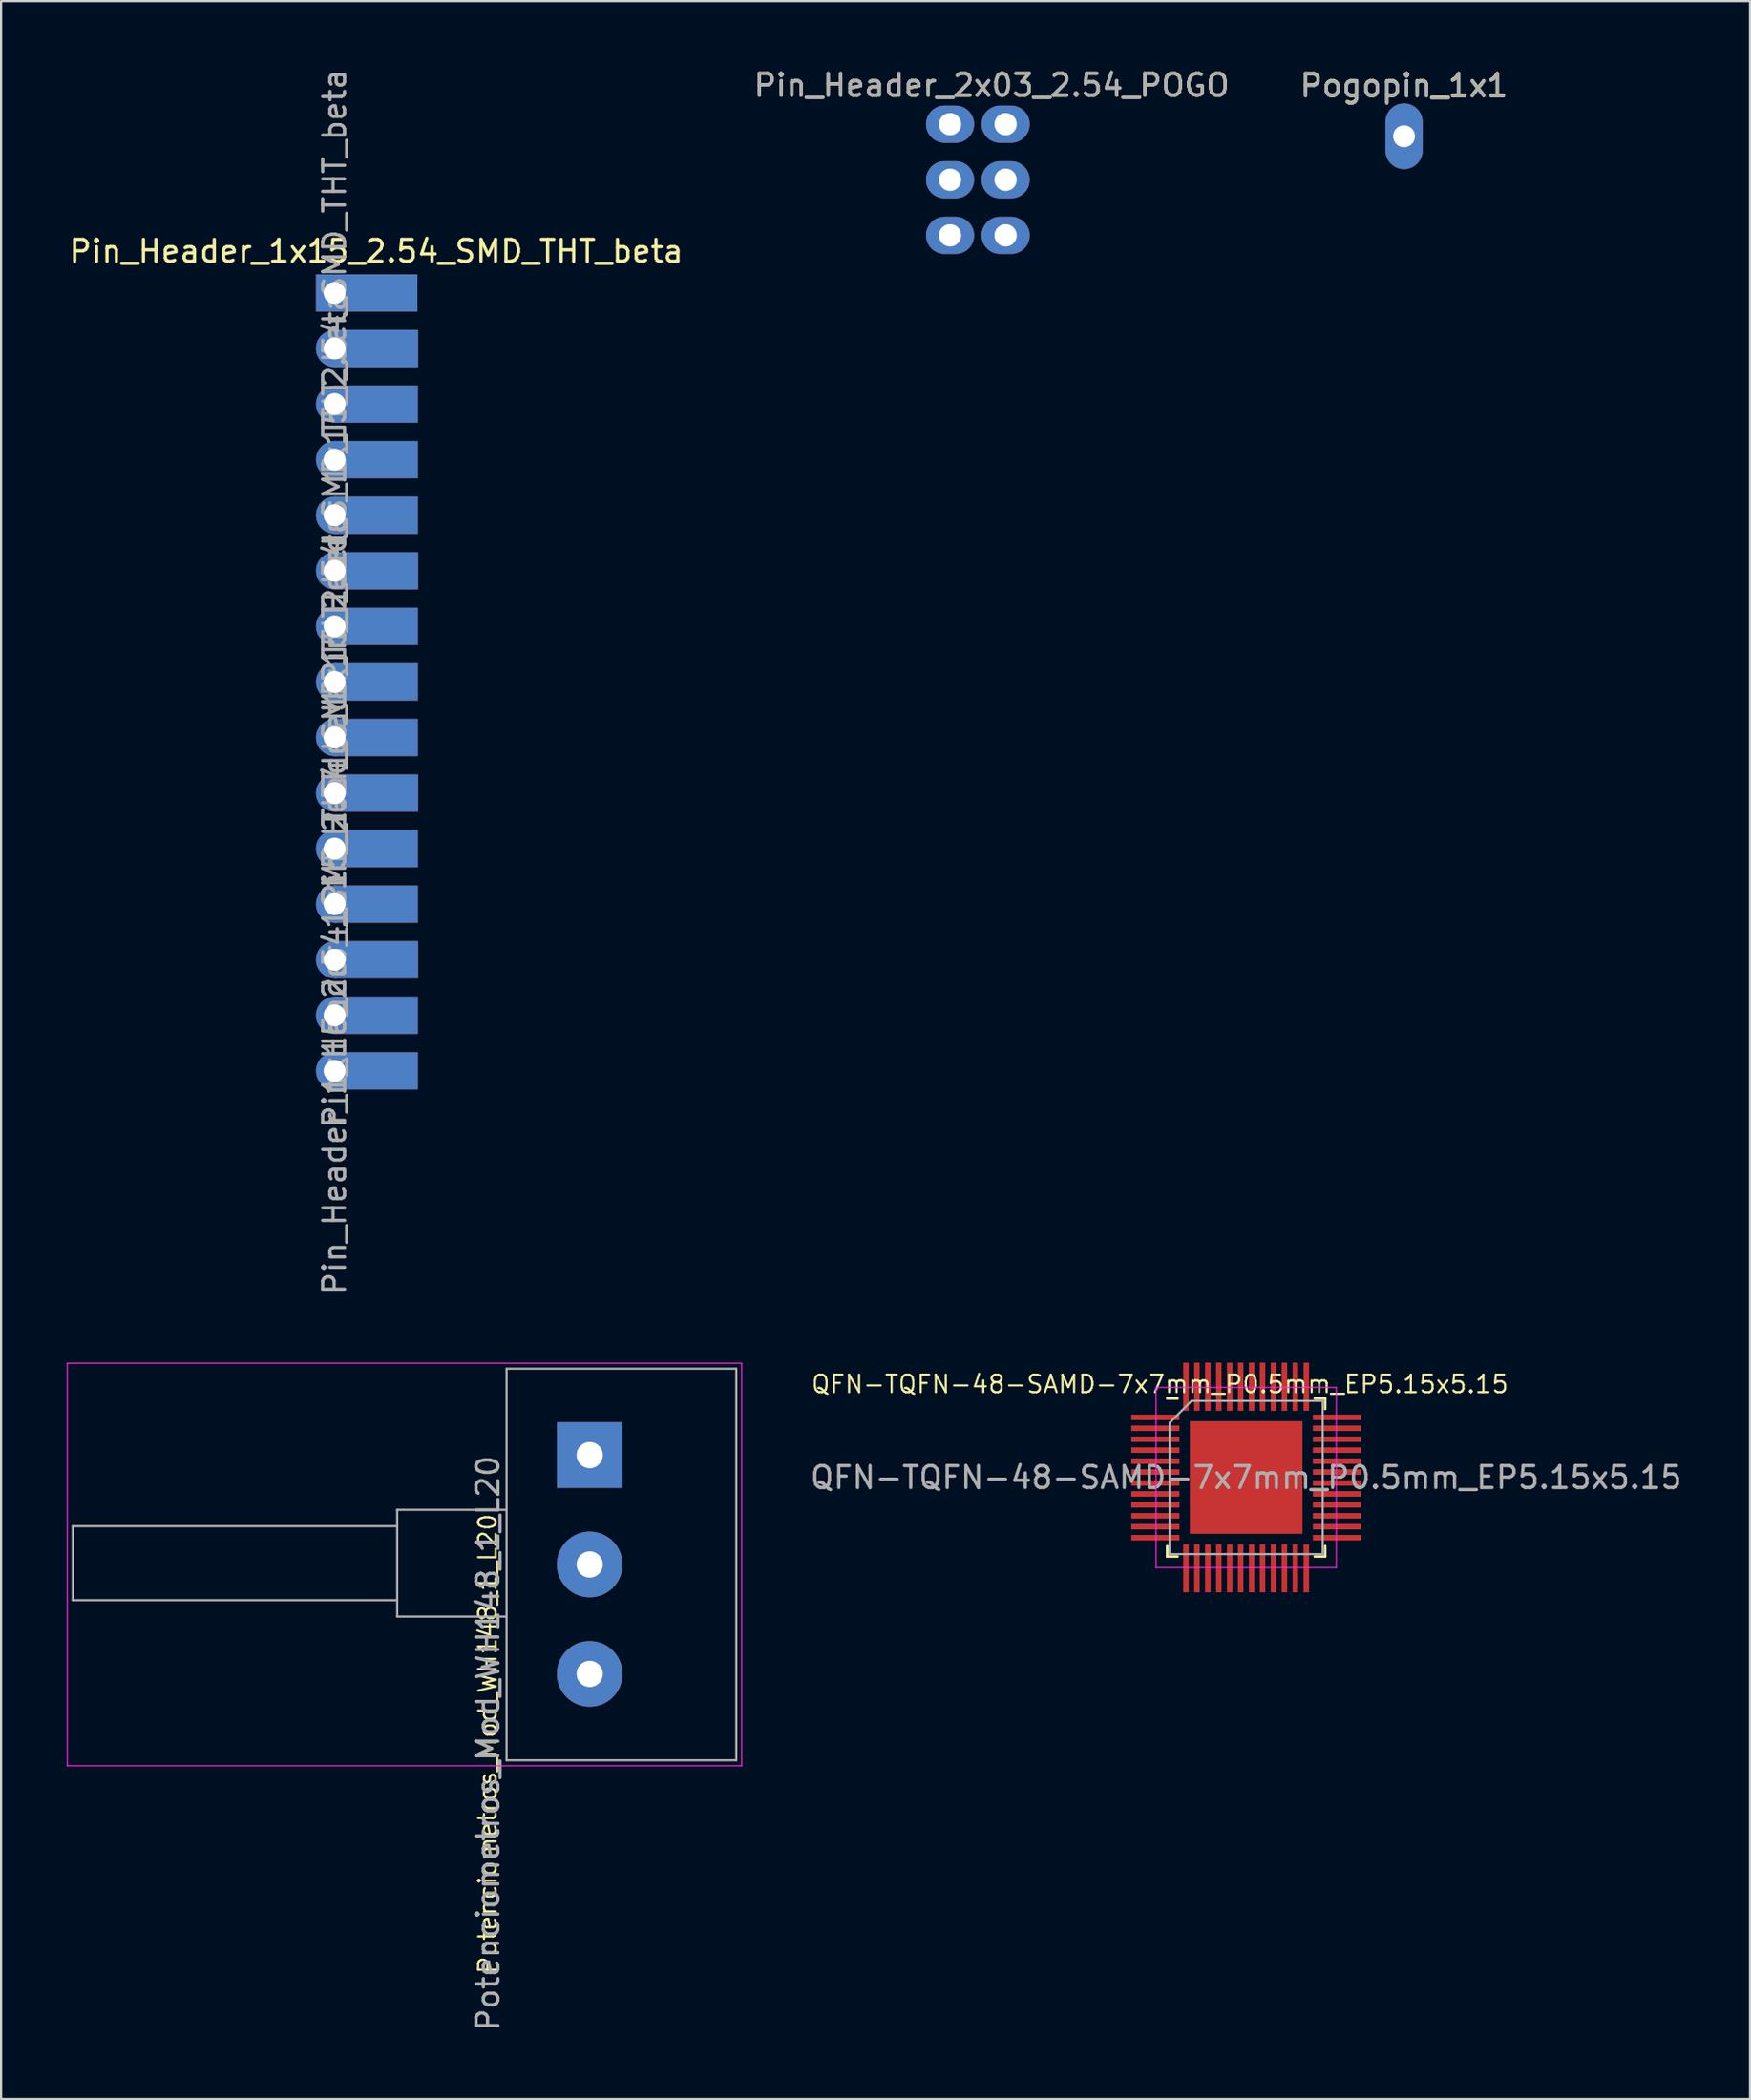
<source format=kicad_pcb>
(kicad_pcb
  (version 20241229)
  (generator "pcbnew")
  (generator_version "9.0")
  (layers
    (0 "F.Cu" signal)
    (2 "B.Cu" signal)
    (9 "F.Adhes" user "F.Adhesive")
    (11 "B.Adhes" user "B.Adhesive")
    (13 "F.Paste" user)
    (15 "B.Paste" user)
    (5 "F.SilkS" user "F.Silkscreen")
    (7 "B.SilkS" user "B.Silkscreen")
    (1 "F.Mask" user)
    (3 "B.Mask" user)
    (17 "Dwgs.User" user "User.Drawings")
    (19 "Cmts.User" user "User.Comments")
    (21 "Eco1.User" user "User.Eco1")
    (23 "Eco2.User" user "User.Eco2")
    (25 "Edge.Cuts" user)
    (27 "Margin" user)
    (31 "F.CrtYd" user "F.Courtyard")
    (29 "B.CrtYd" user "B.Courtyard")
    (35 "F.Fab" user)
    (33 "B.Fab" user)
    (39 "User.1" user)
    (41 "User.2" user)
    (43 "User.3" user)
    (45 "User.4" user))
  (footprint "Potenciometros_Mod_WH148_1_L20"
    (layer "F.Cu")
    (at 23.905 63.463)
    (property "Reference" "Potenciometros_Mod_WH148_1_L20" (at -4.665 13.2 270) (layer "F.SilkS") (effects (font (size 0.8 0.8) (thickness 0.1))))
    (attr through_hole)
    (fp_line (start -23.88 -4.2) (end -23.88 14.2) (stroke (width 0.05) (type solid)) (layer "F.CrtYd"))
    (fp_line (start -23.88 14.2) (end 6.95 14.2) (stroke (width 0.05) (type solid)) (layer "F.CrtYd"))
    (fp_line (start 6.95 -4.2) (end -23.88 -4.2) (stroke (width 0.05) (type solid)) (layer "F.CrtYd"))
    (fp_line (start 6.95 14.2) (end 6.95 -4.2) (stroke (width 0.05) (type solid)) (layer "F.CrtYd"))
    (fp_line (start -23.63 3.25) (end -23.63 6.63) (stroke (width 0.1) (type solid)) (layer "F.Fab"))
    (fp_line (start -23.63 6.63) (end -8.8 6.63) (stroke (width 0.1) (type solid)) (layer "F.Fab"))
    (fp_line (start -8.81 3.25) (end -23.63 3.25) (stroke (width 0.1) (type solid)) (layer "F.Fab"))
    (fp_line (start -8.8 2.5) (end -8.8 7.38) (stroke (width 0.1) (type solid)) (layer "F.Fab"))
    (fp_line (start -8.8 7.38) (end -3.8 7.38) (stroke (width 0.1) (type solid)) (layer "F.Fab"))
    (fp_line (start -3.8 -3.95) (end -3.8 13.95) (stroke (width 0.1) (type solid)) (layer "F.Fab"))
    (fp_line (start -3.8 2.5) (end -8.8 2.5) (stroke (width 0.1) (type solid)) (layer "F.Fab"))
    (fp_line (start -3.8 13.95) (end 6.7 13.95) (stroke (width 0.1) (type solid)) (layer "F.Fab"))
    (fp_line (start 6.7 -3.95) (end -3.8 -3.95) (stroke (width 0.1) (type solid)) (layer "F.Fab"))
    (fp_line (start 6.7 13.95) (end 6.7 -3.95) (stroke (width 0.1) (type solid)) (layer "F.Fab"))
    (fp_text user "${REFERENCE}" (at -4.65 13.17 270) (layer "F.Fab") (effects (font (size 1 1) (thickness 0.15))))
    (pad "1" thru_hole rect (at 0 0 180) (size 3 3) (drill 1.2) (layers "*.Cu" "*.Mask"))
    (pad "2" thru_hole circle (at 0 5 180) (size 3 3) (drill 1.2) (layers "*.Cu" "*.Mask"))
    (pad "3" thru_hole circle (at 0 10 180) (size 3 3) (drill 1.2) (layers "*.Cu" "*.Mask")))
  (footprint "Pin_Header_1x15_2.54_SMD_THT_beta"
    (layer "F.Cu")
    (at 12.244 10.339)
    (property "Reference" "Pin_Header_1x15_2.54_SMD_THT_beta" (at 1.905 -1.905 0) (layer "F.SilkS") (effects (font (size 1 1) (thickness 0.15))))
    (attr through_hole)
    (fp_text user "${REFERENCE}" (at 0 3.81 90) (layer "F.Fab") (effects (font (size 1 1) (thickness 0.15))))
    (fp_text user "${REFERENCE}" (at 0 31.75 90) (layer "F.Fab") (effects (font (size 1 1) (thickness 0.15))))
    (fp_text user "${REFERENCE}" (at 0 24.13 90) (layer "F.Fab") (effects (font (size 1 1) (thickness 0.15))))
    (fp_text user "${REFERENCE}" (at 0 13.97 90) (layer "F.Fab") (effects (font (size 1 1) (thickness 0.15))))
    (pad "1" thru_hole rect (at 0 0) (size 1.7 1.7) (drill 1) (layers "*.Cu" "*.Mask"))
    (pad "1" smd rect (at 2.286 0) (size 3 1.7) (layers "F.Cu" "F.Mask"))
    (pad "1" smd rect (at 2.286 0) (size 3 1.7) (layers "B.Cu" "B.Mask"))
    (pad "2" thru_hole oval (at 0 2.54) (size 1.7 1.7) (drill 1) (layers "*.Cu" "*.Mask"))
    (pad "2" smd rect (at 1.91 2.54) (size 3.81 1.7) (layers "F.Cu" "F.Mask"))
    (pad "2" smd rect (at 1.91 2.54) (size 3.81 1.7) (layers "B.Cu" "B.Mask"))
    (pad "3" thru_hole oval (at 0 5.08) (size 1.7 1.7) (drill 1) (layers "*.Cu" "*.Mask"))
    (pad "3" smd rect (at 1.9 5.08) (size 3.81 1.7) (layers "F.Cu" "F.Mask"))
    (pad "3" smd rect (at 1.9 5.08) (size 3.81 1.7) (layers "B.Cu" "B.Mask"))
    (pad "4" thru_hole oval (at 0 7.62) (size 1.7 1.7) (drill 1) (layers "*.Cu" "*.Mask"))
    (pad "4" smd rect (at 1.9 7.62) (size 3.81 1.7) (layers "F.Cu" "F.Mask"))
    (pad "4" smd rect (at 1.9 7.62) (size 3.81 1.7) (layers "B.Cu" "B.Mask"))
    (pad "5" thru_hole oval (at 0 10.16) (size 1.7 1.7) (drill 1) (layers "*.Cu" "*.Mask"))
    (pad "5" smd rect (at 1.9 10.16) (size 3.81 1.7) (layers "F.Cu" "F.Mask"))
    (pad "5" smd rect (at 1.9 10.16) (size 3.81 1.7) (layers "B.Cu" "B.Mask"))
    (pad "6" thru_hole oval (at 0 12.7) (size 1.7 1.7) (drill 1) (layers "*.Cu" "*.Mask"))
    (pad "6" smd rect (at 1.91 12.7) (size 3.81 1.7) (layers "F.Cu" "F.Mask"))
    (pad "6" smd rect (at 1.91 12.7) (size 3.81 1.7) (layers "B.Cu" "B.Mask"))
    (pad "7" thru_hole oval (at 0 15.24) (size 1.7 1.7) (drill 1) (layers "*.Cu" "*.Mask"))
    (pad "7" smd rect (at 1.9 15.24) (size 3.81 1.7) (layers "F.Cu" "F.Mask"))
    (pad "7" smd rect (at 1.9 15.24) (size 3.81 1.7) (layers "B.Cu" "B.Mask"))
    (pad "8" thru_hole oval (at 0 17.78) (size 1.7 1.7) (drill 1) (layers "*.Cu" "*.Mask"))
    (pad "8" smd rect (at 1.9 17.78) (size 3.81 1.7) (layers "F.Cu" "F.Mask"))
    (pad "8" smd rect (at 1.9 17.78) (size 3.81 1.7) (layers "B.Cu" "B.Mask"))
    (pad "9" thru_hole oval (at 0 20.32) (size 1.7 1.7) (drill 1) (layers "*.Cu" "*.Mask"))
    (pad "9" smd rect (at 1.9 20.32) (size 3.81 1.7) (layers "F.Cu" "F.Mask"))
    (pad "9" smd rect (at 1.9 20.32) (size 3.81 1.7) (layers "B.Cu" "B.Mask"))
    (pad "10" thru_hole oval (at 0 22.86) (size 1.7 1.7) (drill 1) (layers "*.Cu" "*.Mask"))
    (pad "10" smd rect (at 1.91 22.86) (size 3.81 1.7) (layers "F.Cu" "F.Mask"))
    (pad "10" smd rect (at 1.91 22.86) (size 3.81 1.7) (layers "B.Cu" "B.Mask"))
    (pad "11" thru_hole oval (at 0 25.4) (size 1.7 1.7) (drill 1) (layers "*.Cu" "*.Mask"))
    (pad "11" smd rect (at 1.9 25.4) (size 3.81 1.7) (layers "F.Cu" "F.Mask"))
    (pad "11" smd rect (at 1.9 25.4) (size 3.81 1.7) (layers "B.Cu" "B.Mask"))
    (pad "12" thru_hole oval (at 0 27.94) (size 1.7 1.7) (drill 1) (layers "*.Cu" "*.Mask"))
    (pad "12" smd rect (at 1.9 27.94) (size 3.81 1.7) (layers "F.Cu" "F.Mask"))
    (pad "12" smd rect (at 1.9 27.94) (size 3.81 1.7) (layers "B.Cu" "B.Mask"))
    (pad "13" thru_hole oval (at 0 30.48) (size 1.7 1.7) (drill 1) (layers "*.Cu" "*.Mask"))
    (pad "13" smd rect (at 1.91 30.48) (size 3.81 1.7) (layers "F.Cu" "F.Mask"))
    (pad "13" smd rect (at 1.91 30.48) (size 3.81 1.7) (layers "B.Cu" "B.Mask"))
    (pad "14" thru_hole oval (at 0 33.02) (size 1.7 1.7) (drill 1) (layers "*.Cu" "*.Mask"))
    (pad "14" smd rect (at 1.9 33.02) (size 3.81 1.7) (layers "F.Cu" "F.Mask"))
    (pad "14" smd rect (at 1.9 33.02) (size 3.81 1.7) (layers "B.Cu" "B.Mask"))
    (pad "15" thru_hole oval (at 0 35.56) (size 1.7 1.7) (drill 1) (layers "*.Cu" "*.Mask"))
    (pad "15" smd rect (at 1.9 35.56) (size 3.81 1.7) (layers "F.Cu" "F.Mask"))
    (pad "15" smd rect (at 1.9 35.56) (size 3.81 1.7) (layers "B.Cu" "B.Mask")))
  (footprint "QFN-TQFN-48-SAMD-7x7mm_P0.5mm_EP5.15x5.15"
    (layer "F.Cu")
    (at 53.91 64.488)
    (property "Reference" "QFN-TQFN-48-SAMD-7x7mm_P0.5mm_EP5.15x5.15" (at -3.94 -4.27 0) (layer "F.SilkS") (effects (font (size 0.8 0.8) (thickness 0.1))))
    (attr smd)
    (fp_line (start -3.61 3.61) (end -3.61 3.135) (stroke (width 0.12) (type solid)) (layer "F.SilkS"))
    (fp_line (start -3.135 -3.61) (end -3.61 -3.61) (stroke (width 0.12) (type solid)) (layer "F.SilkS"))
    (fp_line (start -3.135 3.61) (end -3.61 3.61) (stroke (width 0.12) (type solid)) (layer "F.SilkS"))
    (fp_line (start 3.135 -3.61) (end 3.61 -3.61) (stroke (width 0.12) (type solid)) (layer "F.SilkS"))
    (fp_line (start 3.135 3.61) (end 3.61 3.61) (stroke (width 0.12) (type solid)) (layer "F.SilkS"))
    (fp_line (start 3.61 -3.61) (end 3.61 -3.135) (stroke (width 0.12) (type solid)) (layer "F.SilkS"))
    (fp_line (start 3.61 3.61) (end 3.61 3.135) (stroke (width 0.12) (type solid)) (layer "F.SilkS"))
    (fp_line (start -4.12 -4.12) (end -4.12 4.12) (stroke (width 0.05) (type solid)) (layer "F.CrtYd"))
    (fp_line (start -4.12 4.12) (end 4.12 4.12) (stroke (width 0.05) (type solid)) (layer "F.CrtYd"))
    (fp_line (start 4.12 -4.12) (end -4.12 -4.12) (stroke (width 0.05) (type solid)) (layer "F.CrtYd"))
    (fp_line (start 4.12 4.12) (end 4.12 -4.12) (stroke (width 0.05) (type solid)) (layer "F.CrtYd"))
    (fp_line (start -3.5 -2.5) (end -2.5 -3.5) (stroke (width 0.1) (type solid)) (layer "F.Fab"))
    (fp_line (start -3.5 3.5) (end -3.5 -2.5) (stroke (width 0.1) (type solid)) (layer "F.Fab"))
    (fp_line (start -2.5 -3.5) (end 3.5 -3.5) (stroke (width 0.1) (type solid)) (layer "F.Fab"))
    (fp_line (start 3.5 -3.5) (end 3.5 3.5) (stroke (width 0.1) (type solid)) (layer "F.Fab"))
    (fp_line (start 3.5 3.5) (end -3.5 3.5) (stroke (width 0.1) (type solid)) (layer "F.Fab"))
    (fp_text user "${REFERENCE}" (at 0 0 0) (layer "F.Fab") (effects (font (size 1 1) (thickness 0.15))))
    (pad "" smd roundrect (at -1.935 -1.935) (size 1.04 1.04) (layers "F.Paste") (roundrect_rratio 0.24))
    (pad "" smd roundrect (at -1.935 -0.645) (size 1.04 1.04) (layers "F.Paste") (roundrect_rratio 0.24))
    (pad "" smd roundrect (at -1.935 0.645) (size 1.04 1.04) (layers "F.Paste") (roundrect_rratio 0.24))
    (pad "" smd roundrect (at -1.935 1.935) (size 1.04 1.04) (layers "F.Paste") (roundrect_rratio 0.24))
    (pad "" smd roundrect (at -0.645 -1.935) (size 1.04 1.04) (layers "F.Paste") (roundrect_rratio 0.24))
    (pad "" smd roundrect (at -0.645 -0.645) (size 1.04 1.04) (layers "F.Paste") (roundrect_rratio 0.24))
    (pad "" smd roundrect (at -0.645 0.645) (size 1.04 1.04) (layers "F.Paste") (roundrect_rratio 0.24))
    (pad "" smd roundrect (at -0.645 1.935) (size 1.04 1.04) (layers "F.Paste") (roundrect_rratio 0.24))
    (pad "" smd roundrect (at 0.645 -1.935) (size 1.04 1.04) (layers "F.Paste") (roundrect_rratio 0.24))
    (pad "" smd roundrect (at 0.645 -0.645) (size 1.04 1.04) (layers "F.Paste") (roundrect_rratio 0.24))
    (pad "" smd roundrect (at 0.645 0.645) (size 1.04 1.04) (layers "F.Paste") (roundrect_rratio 0.24))
    (pad "" smd roundrect (at 0.645 1.935) (size 1.04 1.04) (layers "F.Paste") (roundrect_rratio 0.24))
    (pad "" smd roundrect (at 1.935 -1.935) (size 1.04 1.04) (layers "F.Paste") (roundrect_rratio 0.24))
    (pad "" smd roundrect (at 1.935 -0.645) (size 1.04 1.04) (layers "F.Paste") (roundrect_rratio 0.24))
    (pad "" smd roundrect (at 1.935 0.645) (size 1.04 1.04) (layers "F.Paste") (roundrect_rratio 0.24))
    (pad "" smd roundrect (at 1.935 1.935) (size 1.04 1.04) (layers "F.Paste") (roundrect_rratio 0.24))
    (pad "1" smd rect (at -4.15 -2.75) (size 2.2 0.25) (layers "F.Cu" "F.Mask" "F.Paste"))
    (pad "2" smd rect (at -4.15 -2.25) (size 2.2 0.25) (layers "F.Cu" "F.Mask" "F.Paste"))
    (pad "3" smd rect (at -4.15 -1.75) (size 2.2 0.25) (layers "F.Cu" "F.Mask" "F.Paste"))
    (pad "4" smd rect (at -4.15 -1.25) (size 2.2 0.25) (layers "F.Cu" "F.Mask" "F.Paste"))
    (pad "5" smd rect (at -4.15 -0.75) (size 2.2 0.25) (layers "F.Cu" "F.Mask" "F.Paste"))
    (pad "6" smd rect (at -4.15 -0.25) (size 2.2 0.25) (layers "F.Cu" "F.Mask" "F.Paste"))
    (pad "7" smd rect (at -4.15 0.25) (size 2.2 0.25) (layers "F.Cu" "F.Mask" "F.Paste"))
    (pad "8" smd rect (at -4.15 0.75) (size 2.2 0.25) (layers "F.Cu" "F.Mask" "F.Paste"))
    (pad "9" smd rect (at -4.15 1.25) (size 2.2 0.25) (layers "F.Cu" "F.Mask" "F.Paste"))
    (pad "10" smd rect (at -4.15 1.75) (size 2.2 0.25) (layers "F.Cu" "F.Mask" "F.Paste"))
    (pad "11" smd rect (at -4.15 2.25) (size 2.2 0.25) (layers "F.Cu" "F.Mask" "F.Paste"))
    (pad "12" smd rect (at -4.15 2.75) (size 2.2 0.25) (layers "F.Cu" "F.Mask" "F.Paste"))
    (pad "13" smd rect (at -2.75 4.15) (size 0.25 2.2) (layers "F.Cu" "F.Mask" "F.Paste"))
    (pad "14" smd rect (at -2.25 4.15) (size 0.25 2.2) (layers "F.Cu" "F.Mask" "F.Paste"))
    (pad "15" smd rect (at -1.75 4.15) (size 0.25 2.2) (layers "F.Cu" "F.Mask" "F.Paste"))
    (pad "16" smd rect (at -1.25 4.15) (size 0.25 2.2) (layers "F.Cu" "F.Mask" "F.Paste"))
    (pad "17" smd rect (at -0.75 4.15) (size 0.25 2.2) (layers "F.Cu" "F.Mask" "F.Paste"))
    (pad "18" smd rect (at -0.25 4.15) (size 0.25 2.2) (layers "F.Cu" "F.Mask" "F.Paste"))
    (pad "19" smd rect (at 0.25 4.15) (size 0.25 2.2) (layers "F.Cu" "F.Mask" "F.Paste"))
    (pad "20" smd rect (at 0.75 4.15) (size 0.25 2.2) (layers "F.Cu" "F.Mask" "F.Paste"))
    (pad "21" smd rect (at 1.25 4.15) (size 0.25 2.2) (layers "F.Cu" "F.Mask" "F.Paste"))
    (pad "22" smd rect (at 1.75 4.15) (size 0.25 2.2) (layers "F.Cu" "F.Mask" "F.Paste"))
    (pad "23" smd rect (at 2.25 4.15) (size 0.25 2.2) (layers "F.Cu" "F.Mask" "F.Paste"))
    (pad "24" smd rect (at 2.75 4.15) (size 0.25 2.2) (layers "F.Cu" "F.Mask" "F.Paste"))
    (pad "25" smd rect (at 4.15 2.75) (size 2.2 0.25) (layers "F.Cu" "F.Mask" "F.Paste"))
    (pad "26" smd rect (at 4.15 2.25) (size 2.2 0.25) (layers "F.Cu" "F.Mask" "F.Paste"))
    (pad "27" smd rect (at 4.15 1.75) (size 2.2 0.25) (layers "F.Cu" "F.Mask" "F.Paste"))
    (pad "28" smd rect (at 4.15 1.25) (size 2.2 0.25) (layers "F.Cu" "F.Mask" "F.Paste"))
    (pad "29" smd rect (at 4.15 0.75) (size 2.2 0.25) (layers "F.Cu" "F.Mask" "F.Paste"))
    (pad "30" smd rect (at 4.15 0.25) (size 2.2 0.25) (layers "F.Cu" "F.Mask" "F.Paste"))
    (pad "31" smd rect (at 4.15 -0.25) (size 2.2 0.25) (layers "F.Cu" "F.Mask" "F.Paste"))
    (pad "32" smd rect (at 4.15 -0.75) (size 2.2 0.25) (layers "F.Cu" "F.Mask" "F.Paste"))
    (pad "33" smd rect (at 4.15 -1.25) (size 2.2 0.25) (layers "F.Cu" "F.Mask" "F.Paste"))
    (pad "34" smd rect (at 4.15 -1.75) (size 2.2 0.25) (layers "F.Cu" "F.Mask" "F.Paste"))
    (pad "35" smd rect (at 4.15 -2.25) (size 2.2 0.25) (layers "F.Cu" "F.Mask" "F.Paste"))
    (pad "36" smd rect (at 4.15 -2.75) (size 2.2 0.25) (layers "F.Cu" "F.Mask" "F.Paste"))
    (pad "37" smd rect (at 2.75 -4.15) (size 0.25 2.2) (layers "F.Cu" "F.Mask" "F.Paste"))
    (pad "38" smd rect (at 2.25 -4.15) (size 0.25 2.2) (layers "F.Cu" "F.Mask" "F.Paste"))
    (pad "39" smd rect (at 1.75 -4.15) (size 0.25 2.2) (layers "F.Cu" "F.Mask" "F.Paste"))
    (pad "40" smd rect (at 1.25 -4.15) (size 0.25 2.2) (layers "F.Cu" "F.Mask" "F.Paste"))
    (pad "41" smd rect (at 0.75 -4.15) (size 0.25 2.2) (layers "F.Cu" "F.Mask" "F.Paste"))
    (pad "42" smd rect (at 0.25 -4.15) (size 0.25 2.2) (layers "F.Cu" "F.Mask" "F.Paste"))
    (pad "43" smd rect (at -0.25 -4.15) (size 0.25 2.2) (layers "F.Cu" "F.Mask" "F.Paste"))
    (pad "44" smd rect (at -0.75 -4.15) (size 0.25 2.2) (layers "F.Cu" "F.Mask" "F.Paste"))
    (pad "45" smd rect (at -1.25 -4.15) (size 0.25 2.2) (layers "F.Cu" "F.Mask" "F.Paste"))
    (pad "46" smd rect (at -1.75 -4.15) (size 0.25 2.2) (layers "F.Cu" "F.Mask" "F.Paste"))
    (pad "47" smd rect (at -2.25 -4.15) (size 0.25 2.2) (layers "F.Cu" "F.Mask" "F.Paste"))
    (pad "48" smd rect (at -2.75 -4.15) (size 0.25 2.2) (layers "F.Cu" "F.Mask" "F.Paste"))
    (pad "49" smd rect (at 0 0) (size 5.15 5.15) (layers "F.Cu" "F.Mask")))
  (footprint "Pin_Header_2x03_2.54_POGO"
    (layer "F.Cu")
    (at 40.375 2.626)
    (property "Reference" "Pin_Header_2x03_2.54_POGO" (at 1.905 -1.778 0) (layer "F.SilkS") (effects (font (size 1 1) (thickness 0.15))))
    (attr through_hole)
    (fp_text user "${REFERENCE}" (at 1.905 -1.778 0) (layer "F.Fab") (effects (font (size 1 1) (thickness 0.15))))
    (pad "1" thru_hole oval (at 0 0) (size 2.2 1.7) (drill 1.02) (layers "*.Cu" "*.Mask"))
    (pad "2" thru_hole oval (at 2.54 0) (size 2.2 1.7) (drill 1.02) (layers "*.Cu" "*.Mask"))
    (pad "3" thru_hole oval (at 0 2.54) (size 2.2 1.7) (drill 1.02) (layers "*.Cu" "*.Mask"))
    (pad "4" thru_hole oval (at 2.54 2.54) (size 2.2 1.7) (drill 1.02) (layers "*.Cu" "*.Mask"))
    (pad "5" thru_hole oval (at 0 5.08) (size 2.2 1.7) (drill 1.02) (layers "*.Cu" "*.Mask"))
    (pad "6" thru_hole oval (at 2.54 5.08) (size 2.2 1.7) (drill 1.02) (layers "*.Cu" "*.Mask")))
  (footprint "Pogopin_1x1"
    (layer "F.Cu")
    (at 61.125 3.178)
    (property "Reference" "Pogopin_1x1" (at 0 -2.33 180) (layer "F.SilkS") (effects (font (size 1 1) (thickness 0.15))))
    (attr through_hole)
    (fp_text user "${REFERENCE}" (at 0 -2.3 180) (layer "F.Fab") (effects (font (size 1 1) (thickness 0.15))))
    (pad "1" thru_hole oval (at 0 0) (size 1.7 3) (drill 1) (layers "*.Cu" "*.Mask")))
  (gr_rect
    (start -3 -3)
    (end 76.94 92.9)
    (stroke (width 0.1) (type default))
    (fill no)
    (layer "Edge.Cuts")))
</source>
